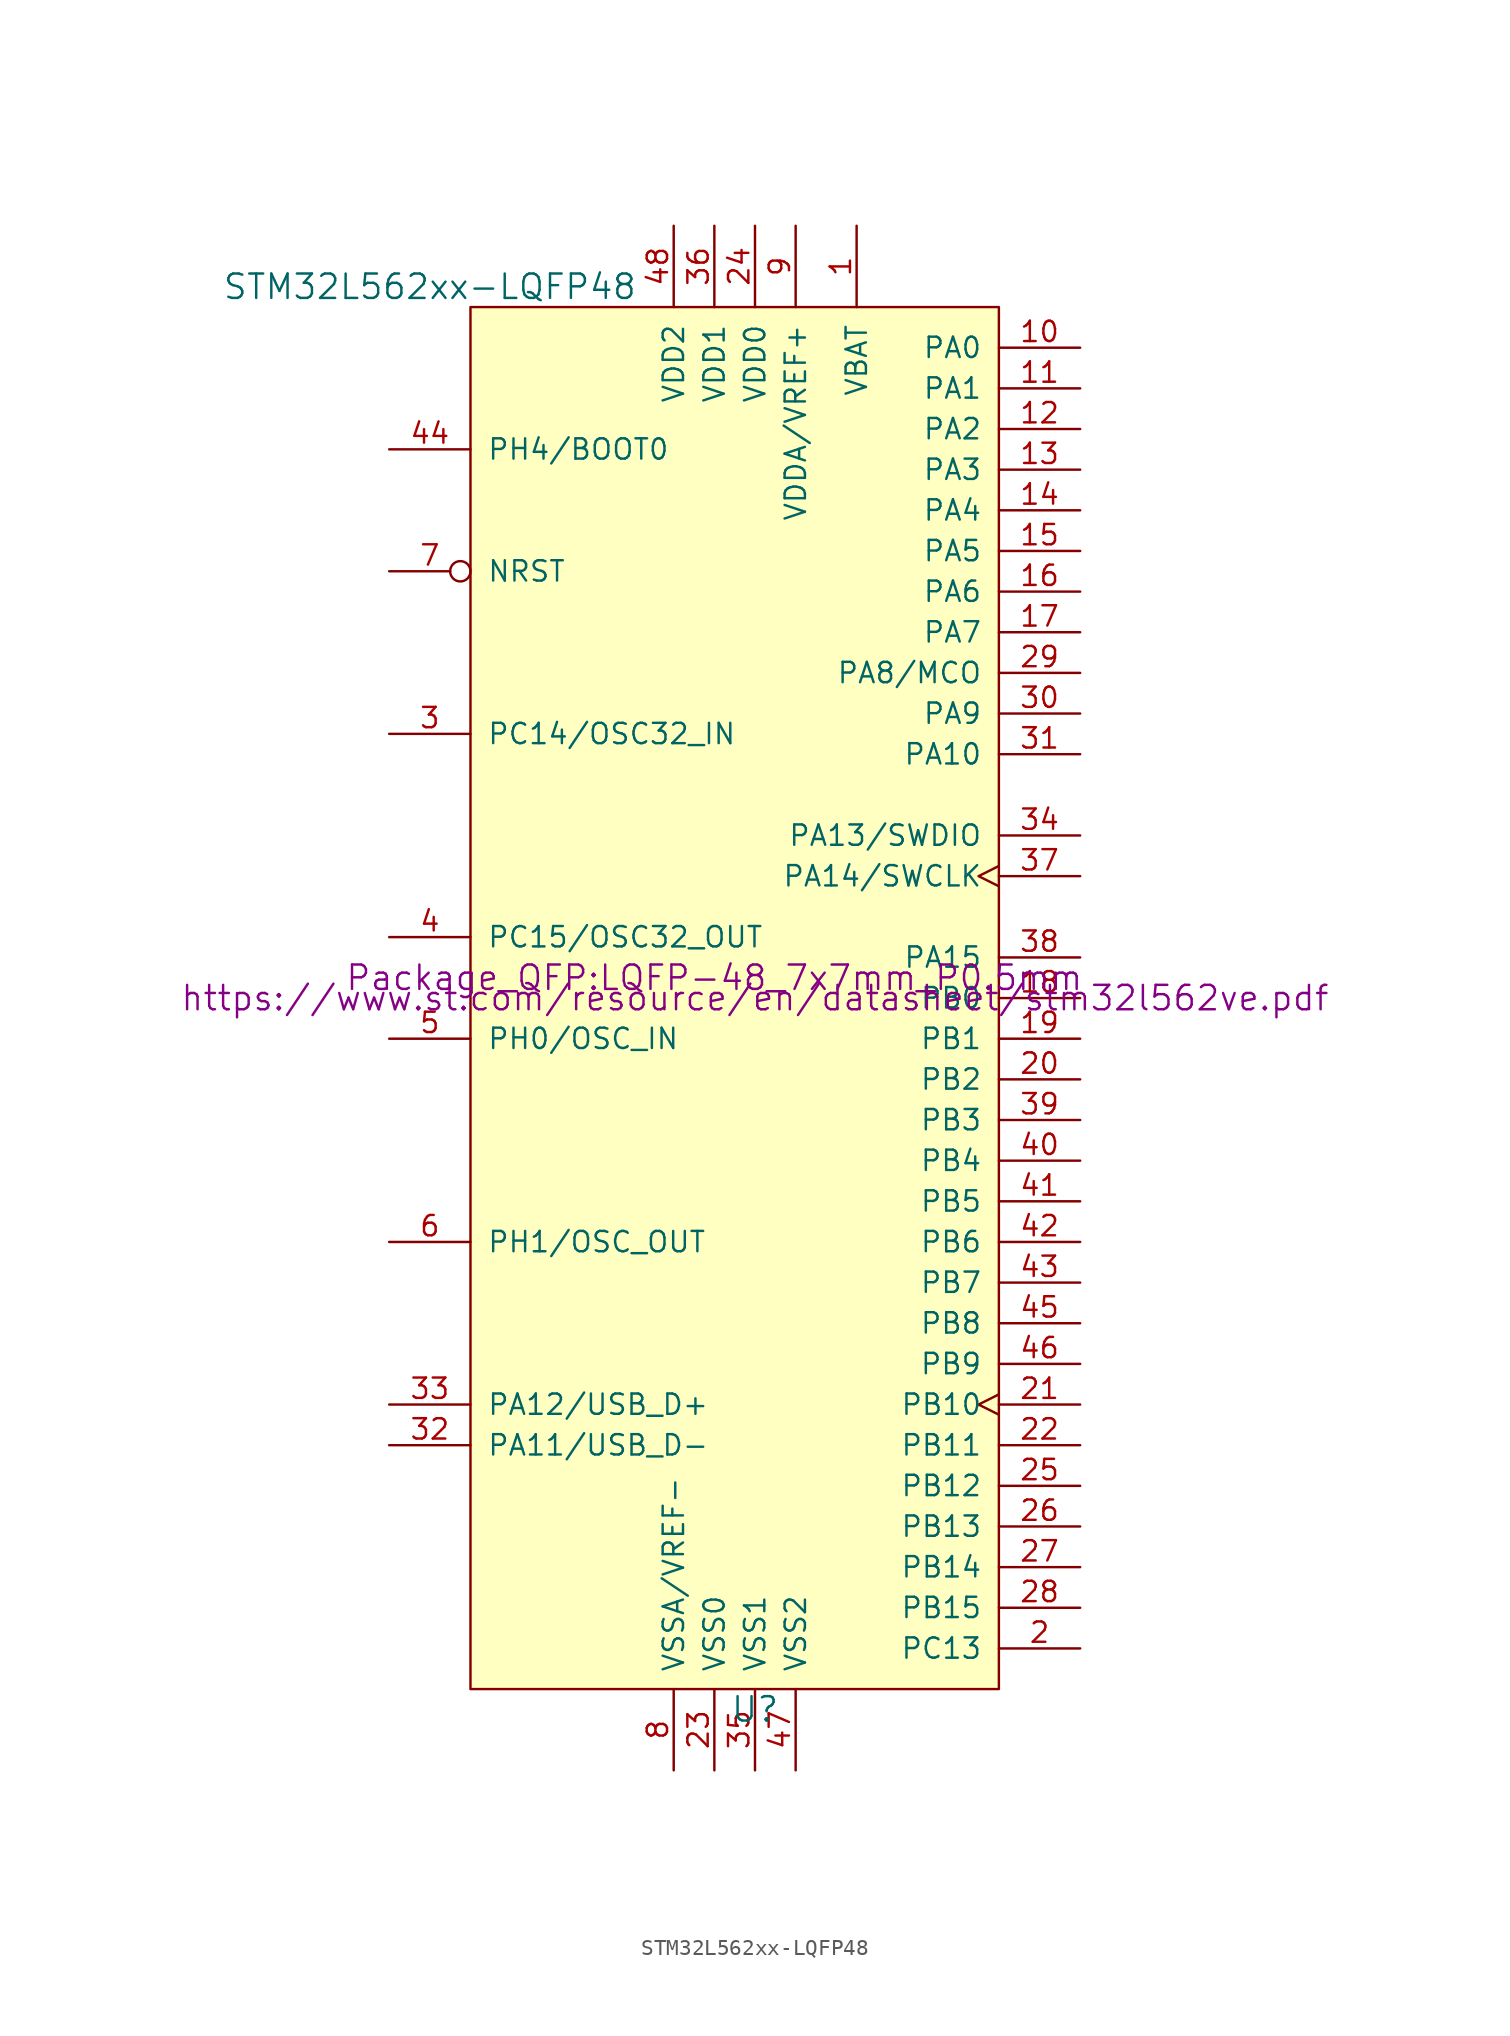
<source format=kicad_sym>
(kicad_symbol_lib
  (version 20231120)
  (generator "kicad_symbol_editor")
  (generator_version "8.0")
  (symbol "STM32L562xx-LQFP48"
    (pin_names
      (offset 1.016))
    (property "Reference" "U"
      (at 1.27 -44.45 0)
      (effects (font (size 1.524 1.524))))
    (property "Value" "STM32L562xx-LQFP48"
      (at -19.05 44.45 0)
      (effects (font (size 1.524 1.524))))
    (property "Footprint" "Package_QFP:LQFP-48_7x7mm_P0.5mm"
      (at -1.27 1.27 0)
      (effects (font (size 1.524 1.524))))
    (property "Datasheet" "https://www.st.com/resource/en/datasheet/stm32l562ve.pdf"
      (at 1.27 0 0)
      (effects (font (size 1.524 1.524))))
    (symbol "STM32L562xx-LQFP48_0_1"
      (rectangle (start -16.51 43.18) (end 16.51 -43.18) (stroke (width 0) (type default)) (fill (type background))))
    (symbol "STM32L562xx-LQFP48_1_1"
      (pin input line (at 7.62 48.26 270) (length 5.08) (name "VBAT" (effects (font (size 1.27 1.27)))) (number "1" (effects (font (size 1.27 1.27)))))
      (pin bidirectional line (at 21.59 40.64 180) (length 5.08) (name "PA0" (effects (font (size 1.27 1.27)))) (number "10" (effects (font (size 1.27 1.27)))))
      (pin bidirectional line (at 21.59 38.1 180) (length 5.08) (name "PA1" (effects (font (size 1.27 1.27)))) (number "11" (effects (font (size 1.27 1.27)))))
      (pin bidirectional line (at 21.59 35.56 180) (length 5.08) (name "PA2" (effects (font (size 1.27 1.27)))) (number "12" (effects (font (size 1.27 1.27)))))
      (pin bidirectional line (at 21.59 33.02 180) (length 5.08) (name "PA3" (effects (font (size 1.27 1.27)))) (number "13" (effects (font (size 1.27 1.27)))))
      (pin bidirectional line (at 21.59 30.48 180) (length 5.08) (name "PA4" (effects (font (size 1.27 1.27)))) (number "14" (effects (font (size 1.27 1.27)))))
      (pin bidirectional line (at 21.59 27.94 180) (length 5.08) (name "PA5" (effects (font (size 1.27 1.27)))) (number "15" (effects (font (size 1.27 1.27)))))
      (pin bidirectional line (at 21.59 25.4 180) (length 5.08) (name "PA6" (effects (font (size 1.27 1.27)))) (number "16" (effects (font (size 1.27 1.27)))))
      (pin bidirectional line (at 21.59 22.86 180) (length 5.08) (name "PA7" (effects (font (size 1.27 1.27)))) (number "17" (effects (font (size 1.27 1.27)))))
      (pin bidirectional line (at 21.59 0 180) (length 5.08) (name "PB0" (effects (font (size 1.27 1.27)))) (number "18" (effects (font (size 1.27 1.27)))))
      (pin bidirectional line (at 21.59 -2.54 180) (length 5.08) (name "PB1" (effects (font (size 1.27 1.27)))) (number "19" (effects (font (size 1.27 1.27)))))
      (pin bidirectional line (at 21.59 -40.64 180) (length 5.08) (name "PC13" (effects (font (size 1.27 1.27)))) (number "2" (effects (font (size 1.27 1.27)))))
      (pin bidirectional line (at 21.59 -5.08 180) (length 5.08) (name "PB2" (effects (font (size 1.27 1.27)))) (number "20" (effects (font (size 1.27 1.27)))))
      (pin bidirectional clock (at 21.59 -25.4 180) (length 5.08) (name "PB10" (effects (font (size 1.27 1.27)))) (number "21" (effects (font (size 1.27 1.27)))))
      (pin bidirectional line (at 21.59 -27.94 180) (length 5.08) (name "PB11" (effects (font (size 1.27 1.27)))) (number "22" (effects (font (size 1.27 1.27)))))
      (pin power_in line (at -1.27 -48.26 90) (length 5.08) (name "VSS0" (effects (font (size 1.27 1.27)))) (number "23" (effects (font (size 1.27 1.27)))))
      (pin power_in line (at 1.27 48.26 270) (length 5.08) (name "VDD0" (effects (font (size 1.27 1.27)))) (number "24" (effects (font (size 1.27 1.27)))))
      (pin bidirectional line (at 21.59 -30.48 180) (length 5.08) (name "PB12" (effects (font (size 1.27 1.27)))) (number "25" (effects (font (size 1.27 1.27)))))
      (pin bidirectional line (at 21.59 -33.02 180) (length 5.08) (name "PB13" (effects (font (size 1.27 1.27)))) (number "26" (effects (font (size 1.27 1.27)))))
      (pin bidirectional line (at 21.59 -35.56 180) (length 5.08) (name "PB14" (effects (font (size 1.27 1.27)))) (number "27" (effects (font (size 1.27 1.27)))))
      (pin bidirectional line (at 21.59 -38.1 180) (length 5.08) (name "PB15" (effects (font (size 1.27 1.27)))) (number "28" (effects (font (size 1.27 1.27)))))
      (pin bidirectional line (at 21.59 20.32 180) (length 5.08) (name "PA8/MCO" (effects (font (size 1.27 1.27)))) (number "29" (effects (font (size 1.27 1.27)))))
      (pin input line (at -21.59 16.51 0) (length 5.08) (name "PC14/OSC32_IN" (effects (font (size 1.27 1.27)))) (number "3" (effects (font (size 1.27 1.27)))))
      (pin bidirectional line (at 21.59 17.78 180) (length 5.08) (name "PA9" (effects (font (size 1.27 1.27)))) (number "30" (effects (font (size 1.27 1.27)))))
      (pin bidirectional line (at 21.59 15.24 180) (length 5.08) (name "PA10" (effects (font (size 1.27 1.27)))) (number "31" (effects (font (size 1.27 1.27)))))
      (pin bidirectional line (at -21.59 -27.94 0) (length 5.08) (name "PA11/USB_D-" (effects (font (size 1.27 1.27)))) (number "32" (effects (font (size 1.27 1.27)))))
      (pin bidirectional line (at -21.59 -25.4 0) (length 5.08) (name "PA12/USB_D+" (effects (font (size 1.27 1.27)))) (number "33" (effects (font (size 1.27 1.27)))))
      (pin bidirectional line (at 21.59 10.16 180) (length 5.08) (name "PA13/SWDIO" (effects (font (size 1.27 1.27)))) (number "34" (effects (font (size 1.27 1.27)))))
      (pin power_in line (at 1.27 -48.26 90) (length 5.08) (name "VSS1" (effects (font (size 1.27 1.27)))) (number "35" (effects (font (size 1.27 1.27)))))
      (pin power_in line (at -1.27 48.26 270) (length 5.08) (name "VDD1" (effects (font (size 1.27 1.27)))) (number "36" (effects (font (size 1.27 1.27)))))
      (pin bidirectional clock (at 21.59 7.62 180) (length 5.08) (name "PA14/SWCLK" (effects (font (size 1.27 1.27)))) (number "37" (effects (font (size 1.27 1.27)))))
      (pin bidirectional line (at 21.59 2.54 180) (length 5.08) (name "PA15" (effects (font (size 1.27 1.27)))) (number "38" (effects (font (size 1.27 1.27)))))
      (pin bidirectional line (at 21.59 -7.62 180) (length 5.08) (name "PB3" (effects (font (size 1.27 1.27)))) (number "39" (effects (font (size 1.27 1.27)))))
      (pin input line (at -21.59 3.81 0) (length 5.08) (name "PC15/OSC32_OUT" (effects (font (size 1.27 1.27)))) (number "4" (effects (font (size 1.27 1.27)))))
      (pin bidirectional line (at 21.59 -10.16 180) (length 5.08) (name "PB4" (effects (font (size 1.27 1.27)))) (number "40" (effects (font (size 1.27 1.27)))))
      (pin bidirectional line (at 21.59 -12.7 180) (length 5.08) (name "PB5" (effects (font (size 1.27 1.27)))) (number "41" (effects (font (size 1.27 1.27)))))
      (pin bidirectional line (at 21.59 -15.24 180) (length 5.08) (name "PB6" (effects (font (size 1.27 1.27)))) (number "42" (effects (font (size 1.27 1.27)))))
      (pin bidirectional line (at 21.59 -17.78 180) (length 5.08) (name "PB7" (effects (font (size 1.27 1.27)))) (number "43" (effects (font (size 1.27 1.27)))))
      (pin input line (at -21.59 34.29 0) (length 5.08) (name "PH4/BOOT0" (effects (font (size 1.27 1.27)))) (number "44" (effects (font (size 1.27 1.27)))))
      (pin bidirectional line (at 21.59 -20.32 180) (length 5.08) (name "PB8" (effects (font (size 1.27 1.27)))) (number "45" (effects (font (size 1.27 1.27)))))
      (pin bidirectional line (at 21.59 -22.86 180) (length 5.08) (name "PB9" (effects (font (size 1.27 1.27)))) (number "46" (effects (font (size 1.27 1.27)))))
      (pin power_in line (at 3.81 -48.26 90) (length 5.08) (name "VSS2" (effects (font (size 1.27 1.27)))) (number "47" (effects (font (size 1.27 1.27)))))
      (pin power_in line (at -3.81 48.26 270) (length 5.08) (name "VDD2" (effects (font (size 1.27 1.27)))) (number "48" (effects (font (size 1.27 1.27)))))
      (pin input line (at -21.59 -2.54 0) (length 5.08) (name "PH0/OSC_IN" (effects (font (size 1.27 1.27)))) (number "5" (effects (font (size 1.27 1.27)))))
      (pin input line (at -21.59 -15.24 0) (length 5.08) (name "PH1/OSC_OUT" (effects (font (size 1.27 1.27)))) (number "6" (effects (font (size 1.27 1.27)))))
      (pin input inverted (at -21.59 26.67 0) (length 5.08) (name "NRST" (effects (font (size 1.27 1.27)))) (number "7" (effects (font (size 1.27 1.27)))))
      (pin power_in line (at -3.81 -48.26 90) (length 5.08) (name "VSSA/VREF-" (effects (font (size 1.27 1.27)))) (number "8" (effects (font (size 1.27 1.27)))))
      (pin power_in line (at 3.81 48.26 270) (length 5.08) (name "VDDA/VREF+" (effects (font (size 1.27 1.27)))) (number "9" (effects (font (size 1.27 1.27))))))))
</source>
